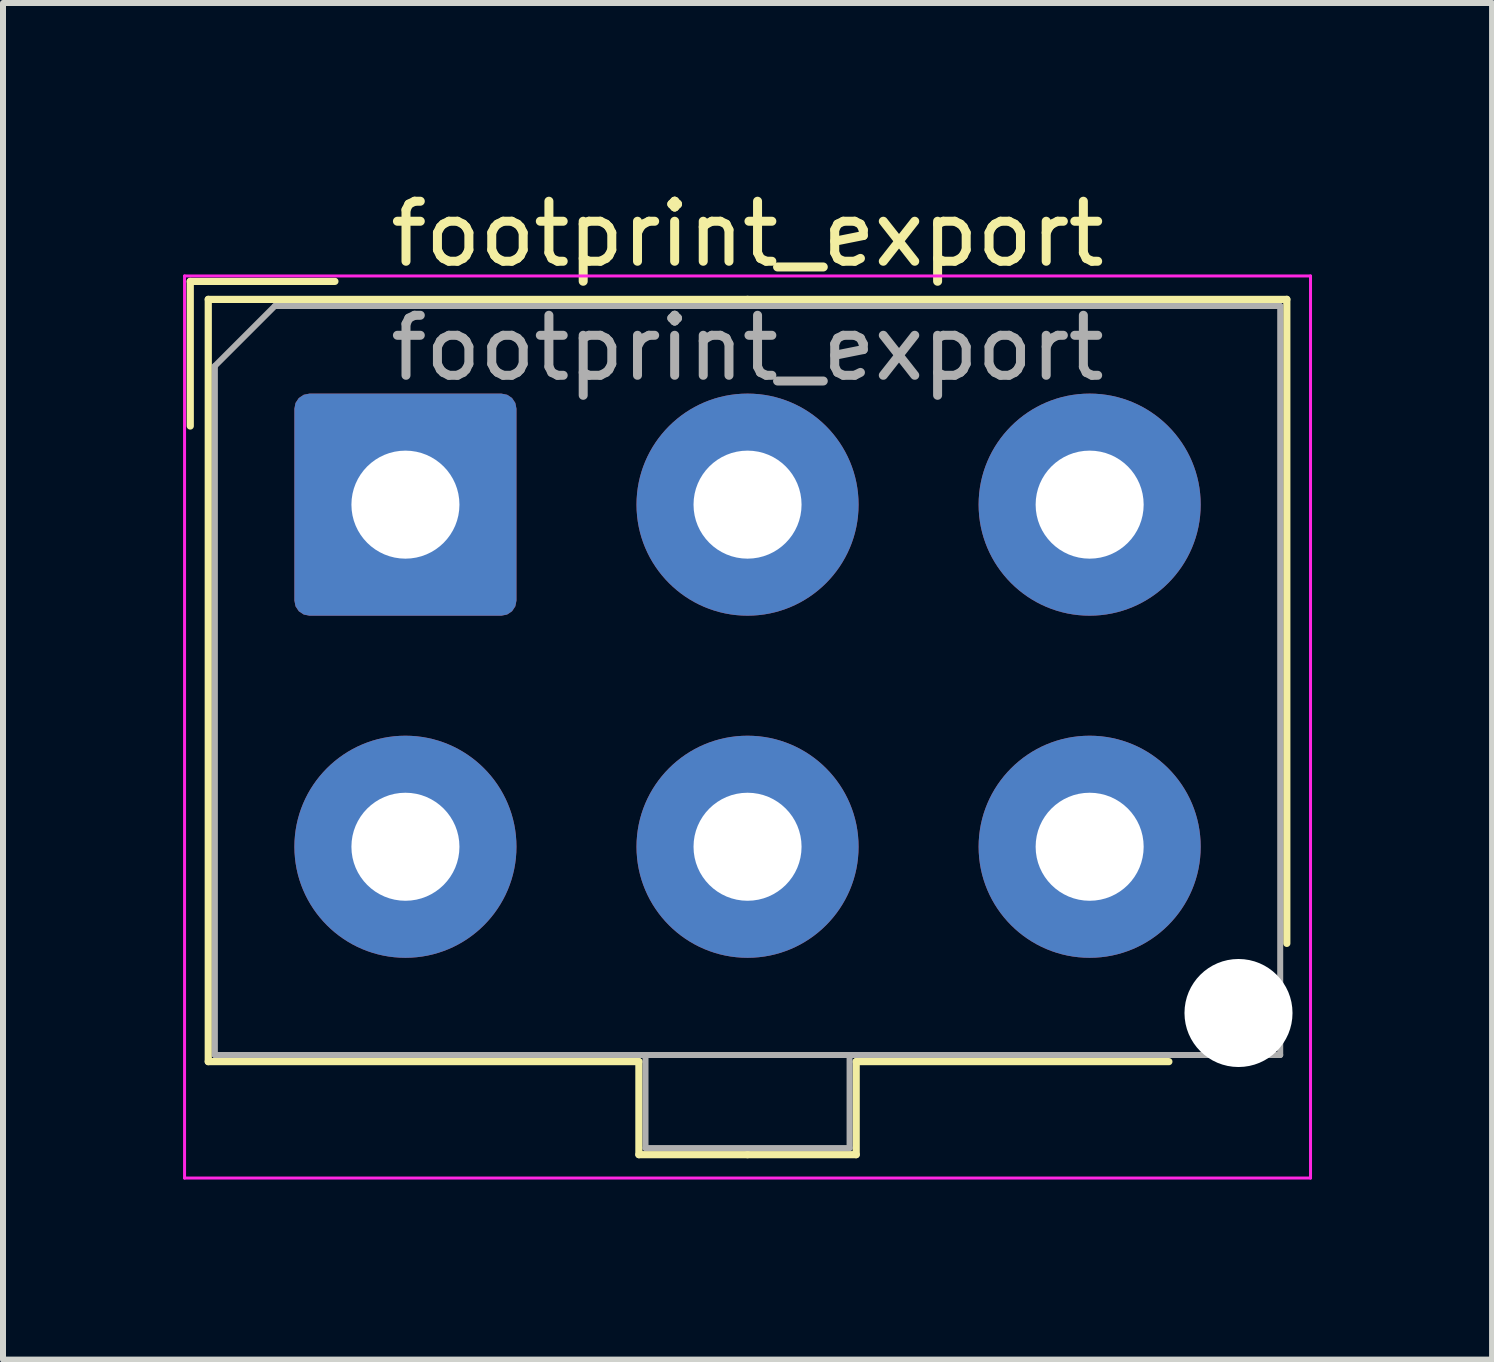
<source format=kicad_pcb>
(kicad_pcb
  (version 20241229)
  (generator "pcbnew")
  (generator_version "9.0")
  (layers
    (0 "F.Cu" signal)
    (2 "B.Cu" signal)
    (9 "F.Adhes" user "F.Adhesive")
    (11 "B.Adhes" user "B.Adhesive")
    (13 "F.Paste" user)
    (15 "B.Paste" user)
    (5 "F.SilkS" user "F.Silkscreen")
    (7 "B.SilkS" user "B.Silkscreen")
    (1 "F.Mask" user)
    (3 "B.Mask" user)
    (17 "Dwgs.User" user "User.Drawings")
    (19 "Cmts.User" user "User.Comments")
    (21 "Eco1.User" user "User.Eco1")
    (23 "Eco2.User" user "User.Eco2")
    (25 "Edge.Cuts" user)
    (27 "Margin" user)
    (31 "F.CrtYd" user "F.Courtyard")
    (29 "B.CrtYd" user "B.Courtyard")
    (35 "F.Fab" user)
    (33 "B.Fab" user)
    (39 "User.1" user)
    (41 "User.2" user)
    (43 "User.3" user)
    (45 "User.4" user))
  (footprint "footprint_export"
    (layer "F.Cu")
    (at 3.705 5.358)
    (property "Reference" "footprint_export" (at 5.7 -4.51 0) (layer "F.SilkS") (effects (font (size 1 1) (thickness 0.15))))
    (attr through_hole)
    (fp_line (start -3.585 -3.72) (end -1.175 -3.72) (stroke (width 0.12) (type solid)) (layer "F.SilkS"))
    (fp_line (start -3.585 -1.31) (end -3.585 -3.72) (stroke (width 0.12) (type solid)) (layer "F.SilkS"))
    (fp_line (start -3.285 -3.42) (end -3.285 9.28) (stroke (width 0.12) (type solid)) (layer "F.SilkS"))
    (fp_line (start -3.285 9.28) (end 3.89 9.28) (stroke (width 0.12) (type solid)) (layer "F.SilkS"))
    (fp_line (start 3.89 9.28) (end 3.89 10.83) (stroke (width 0.12) (type solid)) (layer "F.SilkS"))
    (fp_line (start 3.89 10.83) (end 5.7 10.83) (stroke (width 0.12) (type solid)) (layer "F.SilkS"))
    (fp_line (start 5.7 -3.42) (end -3.285 -3.42) (stroke (width 0.12) (type solid)) (layer "F.SilkS"))
    (fp_line (start 5.7 -3.42) (end 14.685 -3.42) (stroke (width 0.12) (type solid)) (layer "F.SilkS"))
    (fp_line (start 7.51 9.28) (end 7.51 10.83) (stroke (width 0.12) (type solid)) (layer "F.SilkS"))
    (fp_line (start 7.51 10.83) (end 5.7 10.83) (stroke (width 0.12) (type solid)) (layer "F.SilkS"))
    (fp_line (start 12.72 9.28) (end 7.51 9.28) (stroke (width 0.12) (type solid)) (layer "F.SilkS"))
    (fp_line (start 14.685 -3.42) (end 14.685 7.31) (stroke (width 0.12) (type solid)) (layer "F.SilkS"))
    (fp_line (start -3.68 -3.81) (end -3.68 11.22) (stroke (width 0.05) (type solid)) (layer "F.CrtYd"))
    (fp_line (start -3.68 11.22) (end 15.08 11.22) (stroke (width 0.05) (type solid)) (layer "F.CrtYd"))
    (fp_line (start 15.08 -3.81) (end -3.68 -3.81) (stroke (width 0.05) (type solid)) (layer "F.CrtYd"))
    (fp_line (start 15.08 11.22) (end 15.08 -3.81) (stroke (width 0.05) (type solid)) (layer "F.CrtYd"))
    (fp_line (start -3.175 -2.31) (end -3.175 9.17) (stroke (width 0.1) (type solid)) (layer "F.Fab"))
    (fp_line (start -3.175 9.17) (end 14.575 9.17) (stroke (width 0.1) (type solid)) (layer "F.Fab"))
    (fp_line (start -2.175 -3.31) (end -3.175 -2.31) (stroke (width 0.1) (type solid)) (layer "F.Fab"))
    (fp_line (start 4 9.17) (end 4 10.72) (stroke (width 0.1) (type solid)) (layer "F.Fab"))
    (fp_line (start 4 10.72) (end 7.4 10.72) (stroke (width 0.1) (type solid)) (layer "F.Fab"))
    (fp_line (start 7.4 10.72) (end 7.4 9.17) (stroke (width 0.1) (type solid)) (layer "F.Fab"))
    (fp_line (start 14.575 -3.31) (end -2.175 -3.31) (stroke (width 0.1) (type solid)) (layer "F.Fab"))
    (fp_line (start 14.575 9.17) (end 14.575 -3.31) (stroke (width 0.1) (type solid)) (layer "F.Fab"))
    (fp_text user "${REFERENCE}" (at 5.7 -2.61 0) (layer "F.Fab") (effects (font (size 1 1) (thickness 0.15))))
    (pad "" np_thru_hole circle (at 13.88 8.47) (size 1.8 1.8) (drill 1.8) (layers "*.Cu" "*.Mask"))
    (pad "1" thru_hole roundrect (at 0 0) (size 3.7 3.7) (drill 1.8) (layers "*.Cu" "*.Mask") (roundrect_rratio 0.068))
    (pad "2" thru_hole circle (at 5.7 0) (size 3.7 3.7) (drill 1.8) (layers "*.Cu" "*.Mask"))
    (pad "3" thru_hole circle (at 11.4 0) (size 3.7 3.7) (drill 1.8) (layers "*.Cu" "*.Mask"))
    (pad "4" thru_hole circle (at 0 5.7) (size 3.7 3.7) (drill 1.8) (layers "*.Cu" "*.Mask"))
    (pad "5" thru_hole circle (at 5.7 5.7) (size 3.7 3.7) (drill 1.8) (layers "*.Cu" "*.Mask"))
    (pad "6" thru_hole circle (at 11.4 5.7) (size 3.7 3.7) (drill 1.8) (layers "*.Cu" "*.Mask")))
  (gr_rect
    (start -3 -3)
    (end 21.81 19.603)
    (stroke (width 0.1) (type default))
    (fill no)
    (layer "Edge.Cuts")))
</source>
